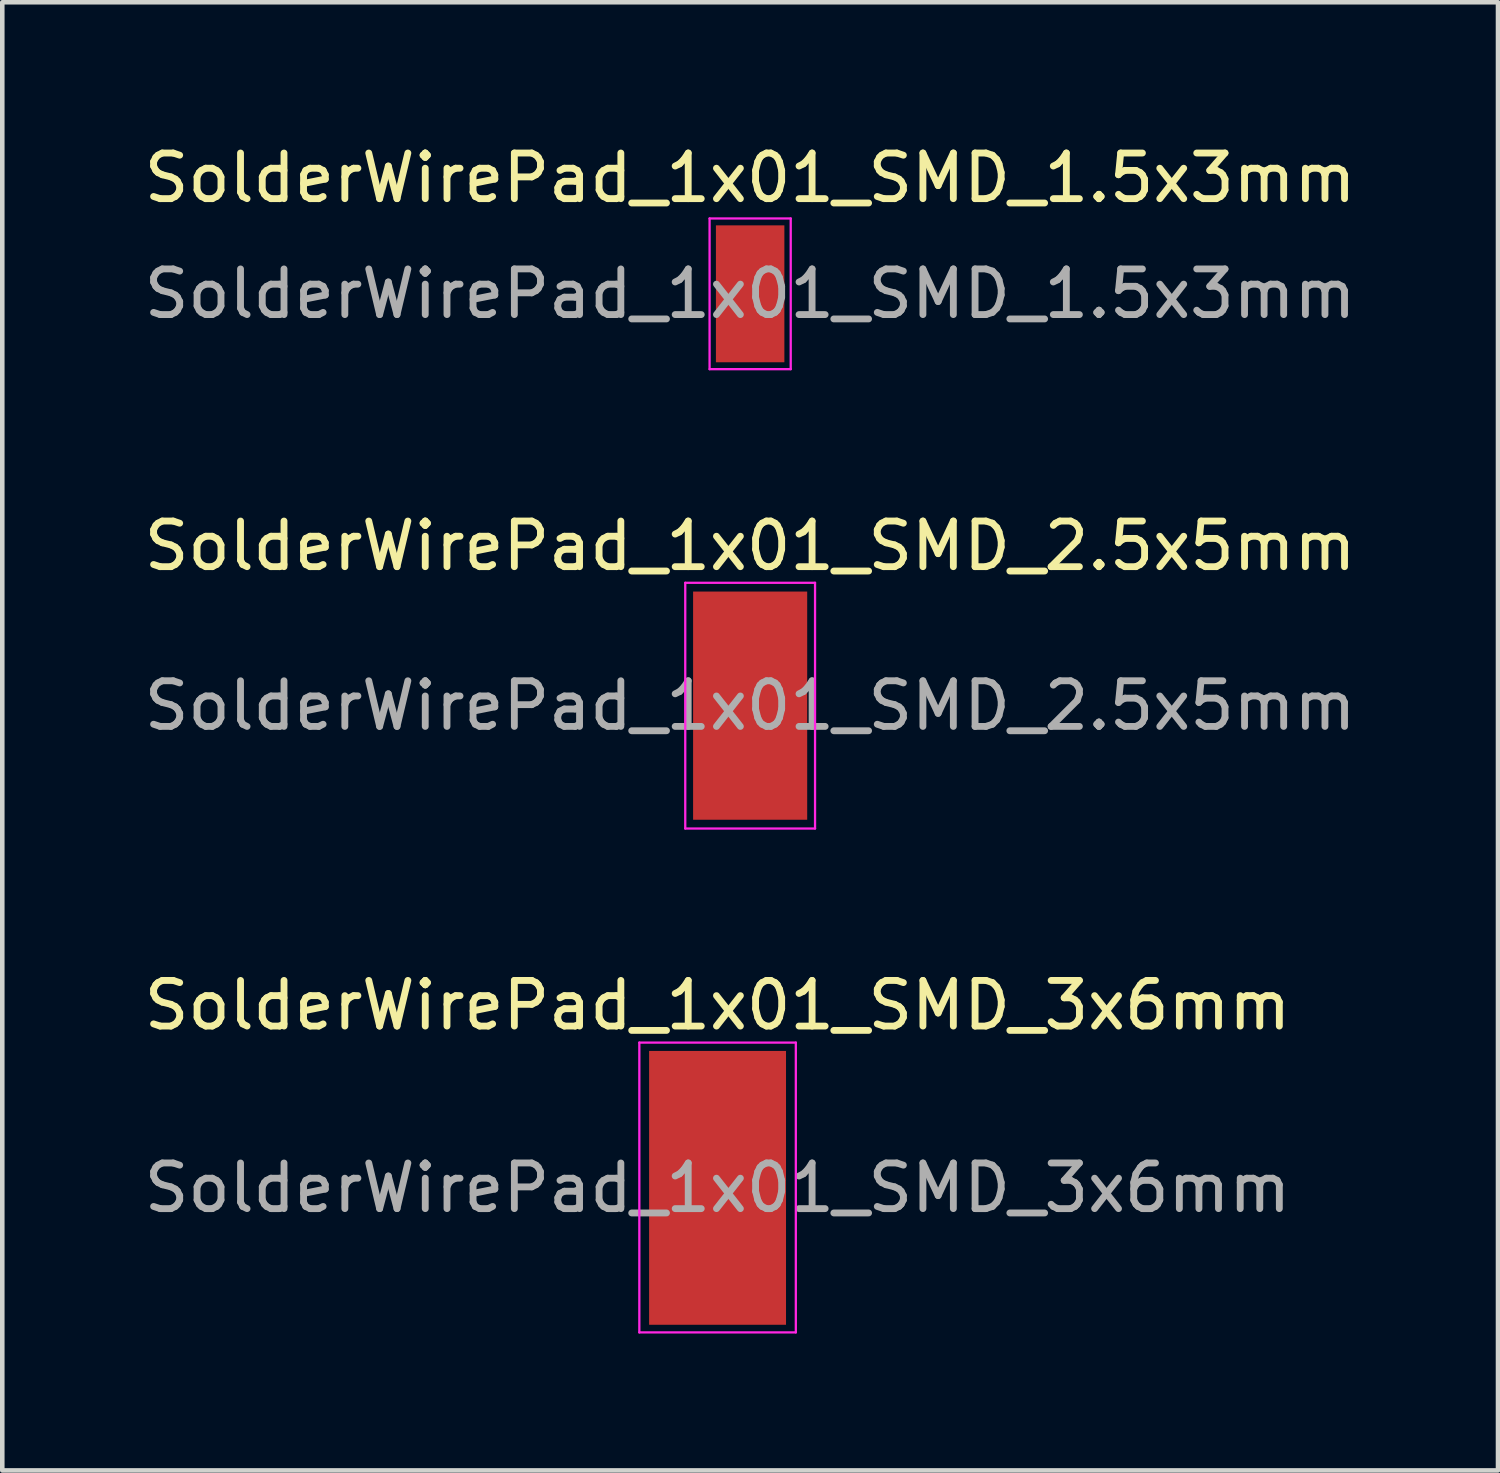
<source format=kicad_pcb>
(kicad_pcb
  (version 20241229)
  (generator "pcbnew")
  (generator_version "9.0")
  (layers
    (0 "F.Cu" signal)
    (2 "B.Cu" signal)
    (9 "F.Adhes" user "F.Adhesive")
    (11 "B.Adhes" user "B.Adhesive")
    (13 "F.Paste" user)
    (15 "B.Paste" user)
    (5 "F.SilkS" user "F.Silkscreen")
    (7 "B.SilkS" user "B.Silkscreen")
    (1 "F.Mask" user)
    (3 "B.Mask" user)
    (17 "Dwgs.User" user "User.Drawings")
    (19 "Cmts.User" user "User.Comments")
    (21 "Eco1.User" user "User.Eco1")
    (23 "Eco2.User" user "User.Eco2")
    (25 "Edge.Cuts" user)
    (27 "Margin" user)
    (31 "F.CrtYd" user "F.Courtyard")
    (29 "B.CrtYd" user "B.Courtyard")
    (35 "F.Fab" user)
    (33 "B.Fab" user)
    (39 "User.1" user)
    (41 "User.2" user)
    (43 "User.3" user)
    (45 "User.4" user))
  (footprint "SolderWirePad_1x01_SMD_2.5x5mm"
    (layer "F.Cu")
    (at 13.387 12.412)
    (property "Reference" "SolderWirePad_1x01_SMD_2.5x5mm" (at 0 -3.5 0) (layer "F.SilkS") (effects (font (size 1 1) (thickness 0.15))))
    (attr smd exclude_from_pos_files exclude_from_bom)
    (fp_line (start -1.422 -2.692) (end -1.422 2.692) (stroke (width 0.05) (type solid)) (layer "F.CrtYd"))
    (fp_line (start -1.422 2.692) (end 1.422 2.692) (stroke (width 0.05) (type solid)) (layer "F.CrtYd"))
    (fp_line (start 1.422 -2.692) (end -1.422 -2.692) (stroke (width 0.05) (type solid)) (layer "F.CrtYd"))
    (fp_line (start 1.422 2.692) (end 1.422 -2.692) (stroke (width 0.05) (type solid)) (layer "F.CrtYd"))
    (fp_text user "${REFERENCE}" (at 0 0 0) (layer "F.Fab") (effects (font (size 1 1) (thickness 0.15))))
    (pad "1" smd rect (at 0 0) (size 2.5 5) (layers "F.Cu" "F.Mask" "F.Paste")))
  (footprint "SolderWirePad_1x01_SMD_1.5x3mm"
    (layer "F.Cu")
    (at 13.387 3.388)
    (property "Reference" "SolderWirePad_1x01_SMD_1.5x3mm" (at 0 -2.54 0) (layer "F.SilkS") (effects (font (size 1 1) (thickness 0.15))))
    (attr smd exclude_from_pos_files exclude_from_bom)
    (fp_line (start -0.889 -1.651) (end -0.889 1.651) (stroke (width 0.05) (type solid)) (layer "F.CrtYd"))
    (fp_line (start -0.889 1.651) (end 0.889 1.651) (stroke (width 0.05) (type solid)) (layer "F.CrtYd"))
    (fp_line (start 0.889 -1.651) (end -0.889 -1.651) (stroke (width 0.05) (type solid)) (layer "F.CrtYd"))
    (fp_line (start 0.889 1.651) (end 0.889 -1.651) (stroke (width 0.05) (type solid)) (layer "F.CrtYd"))
    (fp_text user "${REFERENCE}" (at 0 0 0) (layer "F.Fab") (effects (font (size 1 1) (thickness 0.15))))
    (pad "1" smd rect (at 0 0) (size 1.5 3) (layers "F.Cu" "F.Mask" "F.Paste")))
  (footprint "SolderWirePad_1x01_SMD_3x6mm"
    (layer "F.Cu")
    (at 12.673 22.978)
    (property "Reference" "SolderWirePad_1x01_SMD_3x6mm" (at 0 -4 0) (layer "F.SilkS") (effects (font (size 1 1) (thickness 0.15))))
    (attr smd exclude_from_pos_files exclude_from_bom)
    (fp_line (start -1.714 -3.183) (end -1.714 3.167) (stroke (width 0.05) (type solid)) (layer "F.CrtYd"))
    (fp_line (start -1.714 3.167) (end 1.715 3.167) (stroke (width 0.05) (type solid)) (layer "F.CrtYd"))
    (fp_line (start 1.715 -3.183) (end -1.714 -3.183) (stroke (width 0.05) (type solid)) (layer "F.CrtYd"))
    (fp_line (start 1.715 3.167) (end 1.715 -3.183) (stroke (width 0.05) (type solid)) (layer "F.CrtYd"))
    (fp_text user "${REFERENCE}" (at 0 0 0) (layer "F.Fab") (effects (font (size 1 1) (thickness 0.15))))
    (pad "1" smd rect (at 0 0) (size 3 6) (layers "F.Cu" "F.Mask" "F.Paste")))
  (gr_rect
    (start -3 -3)
    (end 29.774 29.17)
    (stroke (width 0.1) (type default))
    (fill no)
    (layer "Edge.Cuts")))
</source>
